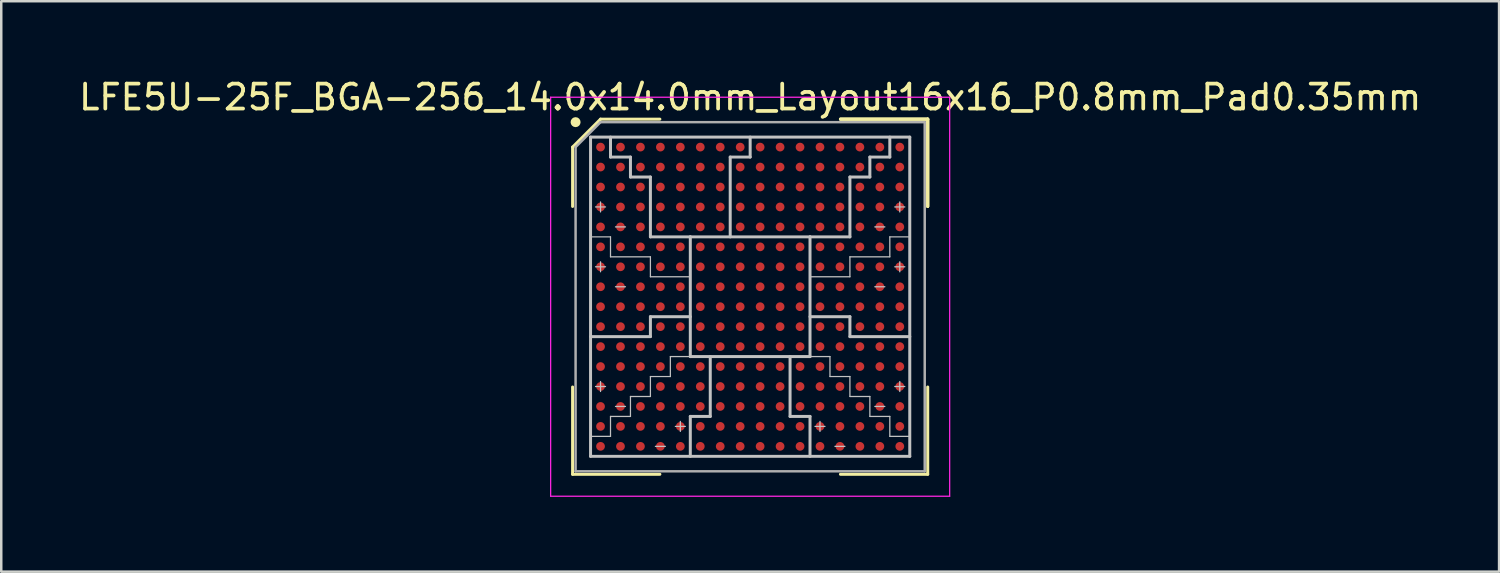
<source format=kicad_pcb>
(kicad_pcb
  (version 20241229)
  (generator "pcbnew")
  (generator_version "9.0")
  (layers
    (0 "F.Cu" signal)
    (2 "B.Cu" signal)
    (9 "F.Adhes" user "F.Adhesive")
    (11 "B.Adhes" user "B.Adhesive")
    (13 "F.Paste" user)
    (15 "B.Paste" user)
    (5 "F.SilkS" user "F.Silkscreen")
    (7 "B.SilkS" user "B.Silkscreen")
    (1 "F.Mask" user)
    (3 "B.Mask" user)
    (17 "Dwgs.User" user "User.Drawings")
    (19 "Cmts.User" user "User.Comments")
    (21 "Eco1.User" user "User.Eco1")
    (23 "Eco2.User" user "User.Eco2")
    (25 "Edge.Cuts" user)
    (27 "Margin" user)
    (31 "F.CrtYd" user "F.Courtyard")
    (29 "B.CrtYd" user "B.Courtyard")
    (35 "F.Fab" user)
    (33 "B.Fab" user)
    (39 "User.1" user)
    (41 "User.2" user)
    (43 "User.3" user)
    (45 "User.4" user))
  (footprint "LFE5U-25F_BGA-256_14.0x14.0mm_Layout16x16_P0.8mm_Pad0.35mm"
    (layer "F.Cu")
    (at 27.03 8.848)
    (property "Reference" "LFE5U-25F_BGA-256_14.0x14.0mm_Layout16x16_P0.8mm_Pad0.35mm" (at 0 -8 0) (layer "F.SilkS") (effects (font (size 1 1) (thickness 0.15))))
    (attr smd)
    (fp_line (start -7.12 -6) (end -7.12 -3.62) (stroke (width 0.12) (type solid)) (layer "F.SilkS"))
    (fp_line (start -7.12 7.12) (end -7.12 3.62) (stroke (width 0.12) (type solid)) (layer "F.SilkS"))
    (fp_line (start -6 -7.12) (end -7.12 -6) (stroke (width 0.12) (type solid)) (layer "F.SilkS"))
    (fp_line (start -3.62 -7.12) (end -6 -7.12) (stroke (width 0.12) (type solid)) (layer "F.SilkS"))
    (fp_line (start -3.62 7.12) (end -7.12 7.12) (stroke (width 0.12) (type solid)) (layer "F.SilkS"))
    (fp_line (start 3.62 -7.12) (end 7.12 -7.12) (stroke (width 0.12) (type solid)) (layer "F.SilkS"))
    (fp_line (start 3.62 -7.12) (end 7.12 -7.12) (stroke (width 0.12) (type solid)) (layer "F.SilkS"))
    (fp_line (start 3.62 -7.12) (end 7.12 -7.12) (stroke (width 0.12) (type solid)) (layer "F.SilkS"))
    (fp_line (start 3.62 7.12) (end 7.12 7.12) (stroke (width 0.12) (type solid)) (layer "F.SilkS"))
    (fp_line (start 7.12 -7.12) (end 7.12 -3.62) (stroke (width 0.12) (type solid)) (layer "F.SilkS"))
    (fp_line (start 7.12 -7.12) (end 7.12 -3.62) (stroke (width 0.12) (type solid)) (layer "F.SilkS"))
    (fp_line (start 7.12 -7.12) (end 7.12 -3.62) (stroke (width 0.12) (type solid)) (layer "F.SilkS"))
    (fp_line (start 7.12 7.12) (end 7.12 3.62) (stroke (width 0.12) (type solid)) (layer "F.SilkS"))
    (fp_circle (center -7 -7) (end -7 -6.9) (stroke (width 0.2) (type solid)) (fill no) (layer "F.SilkS"))
    (fp_line (start -6.4 -6.4) (end 6.4 -6.4) (stroke (width 0.12) (type solid)) (layer "Dwgs.User"))
    (fp_line (start -6.4 5.6) (end -5.6 5.6) (stroke (width 0.05) (type solid)) (layer "Dwgs.User"))
    (fp_line (start -6.4 6.4) (end -6.4 -6.4) (stroke (width 0.12) (type solid)) (layer "Dwgs.User"))
    (fp_line (start -6.2 -3.6) (end -5.8 -3.6) (stroke (width 0.05) (type solid)) (layer "Dwgs.User"))
    (fp_line (start -6.2 -1.2) (end -5.8 -1.2) (stroke (width 0.05) (type solid)) (layer "Dwgs.User"))
    (fp_line (start -6.2 3.6) (end -5.8 3.6) (stroke (width 0.05) (type solid)) (layer "Dwgs.User"))
    (fp_line (start -6 -3.8) (end -6 -3.4) (stroke (width 0.05) (type solid)) (layer "Dwgs.User"))
    (fp_line (start -6 -1.4) (end -6 -1) (stroke (width 0.05) (type solid)) (layer "Dwgs.User"))
    (fp_line (start -6 3.4) (end -6 3.8) (stroke (width 0.05) (type solid)) (layer "Dwgs.User"))
    (fp_line (start -5.6 -6.4) (end -5.6 -5.6) (stroke (width 0.12) (type solid)) (layer "Dwgs.User"))
    (fp_line (start -5.6 -5.6) (end -4.8 -5.6) (stroke (width 0.12) (type solid)) (layer "Dwgs.User"))
    (fp_line (start -5.6 -2.4) (end -6.4 -2.4) (stroke (width 0.05) (type solid)) (layer "Dwgs.User"))
    (fp_line (start -5.6 -1.6) (end -5.6 -2.4) (stroke (width 0.05) (type solid)) (layer "Dwgs.User"))
    (fp_line (start -5.6 4.8) (end -4.8 4.8) (stroke (width 0.05) (type solid)) (layer "Dwgs.User"))
    (fp_line (start -5.6 5.6) (end -5.6 4.8) (stroke (width 0.05) (type solid)) (layer "Dwgs.User"))
    (fp_line (start -5.4 -2.8) (end -5 -2.8) (stroke (width 0.05) (type solid)) (layer "Dwgs.User"))
    (fp_line (start -5.4 -0.4) (end -5 -0.4) (stroke (width 0.05) (type solid)) (layer "Dwgs.User"))
    (fp_line (start -5.4 4.4) (end -5 4.4) (stroke (width 0.05) (type solid)) (layer "Dwgs.User"))
    (fp_line (start -4.8 -5.6) (end -4.8 -4.8) (stroke (width 0.12) (type solid)) (layer "Dwgs.User"))
    (fp_line (start -4.8 -4.8) (end -4 -4.8) (stroke (width 0.12) (type solid)) (layer "Dwgs.User"))
    (fp_line (start -4.8 4) (end -4 4) (stroke (width 0.05) (type solid)) (layer "Dwgs.User"))
    (fp_line (start -4.8 4.8) (end -4.8 4) (stroke (width 0.05) (type solid)) (layer "Dwgs.User"))
    (fp_line (start -4 -4.8) (end -4 -2.4) (stroke (width 0.12) (type solid)) (layer "Dwgs.User"))
    (fp_line (start -4 -2.4) (end -2.4 -2.4) (stroke (width 0.12) (type solid)) (layer "Dwgs.User"))
    (fp_line (start -4 -1.6) (end -5.6 -1.6) (stroke (width 0.05) (type solid)) (layer "Dwgs.User"))
    (fp_line (start -4 -0.8) (end -4 -1.6) (stroke (width 0.05) (type solid)) (layer "Dwgs.User"))
    (fp_line (start -4 0.8) (end -4 1.6) (stroke (width 0.12) (type solid)) (layer "Dwgs.User"))
    (fp_line (start -4 1.6) (end -6.4 1.6) (stroke (width 0.12) (type solid)) (layer "Dwgs.User"))
    (fp_line (start -4 3.2) (end -3.2 3.2) (stroke (width 0.05) (type solid)) (layer "Dwgs.User"))
    (fp_line (start -4 4) (end -4 3.2) (stroke (width 0.05) (type solid)) (layer "Dwgs.User"))
    (fp_line (start -3.8 6) (end -3.4 6) (stroke (width 0.05) (type solid)) (layer "Dwgs.User"))
    (fp_line (start -3.2 2.4) (end -2.4 2.4) (stroke (width 0.05) (type solid)) (layer "Dwgs.User"))
    (fp_line (start -3.2 3.2) (end -3.2 2.4) (stroke (width 0.05) (type solid)) (layer "Dwgs.User"))
    (fp_line (start -3 5.2) (end -2.6 5.2) (stroke (width 0.05) (type solid)) (layer "Dwgs.User"))
    (fp_line (start -2.8 5) (end -2.8 5.4) (stroke (width 0.05) (type solid)) (layer "Dwgs.User"))
    (fp_line (start -2.4 -2.4) (end 2.4 -2.4) (stroke (width 0.12) (type solid)) (layer "Dwgs.User"))
    (fp_line (start -2.4 -0.8) (end -4 -0.8) (stroke (width 0.05) (type solid)) (layer "Dwgs.User"))
    (fp_line (start -2.4 0.8) (end -4 0.8) (stroke (width 0.12) (type solid)) (layer "Dwgs.User"))
    (fp_line (start -2.4 2.4) (end -2.4 -2.4) (stroke (width 0.12) (type solid)) (layer "Dwgs.User"))
    (fp_line (start -2.4 4.8) (end -2.4 6.4) (stroke (width 0.12) (type solid)) (layer "Dwgs.User"))
    (fp_line (start -1.6 2.4) (end -1.6 4.8) (stroke (width 0.12) (type solid)) (layer "Dwgs.User"))
    (fp_line (start -1.6 4.8) (end -2.4 4.8) (stroke (width 0.12) (type solid)) (layer "Dwgs.User"))
    (fp_line (start -0.8 -5.6) (end 0 -5.6) (stroke (width 0.12) (type solid)) (layer "Dwgs.User"))
    (fp_line (start -0.8 -2.4) (end -0.8 -5.6) (stroke (width 0.12) (type solid)) (layer "Dwgs.User"))
    (fp_line (start 0 -5.6) (end 0 -6.4) (stroke (width 0.12) (type solid)) (layer "Dwgs.User"))
    (fp_line (start 1.6 2.4) (end 1.6 4.8) (stroke (width 0.12) (type solid)) (layer "Dwgs.User"))
    (fp_line (start 1.6 4.8) (end 2.4 4.8) (stroke (width 0.12) (type solid)) (layer "Dwgs.User"))
    (fp_line (start 2.4 -2.4) (end 2.4 2.4) (stroke (width 0.12) (type solid)) (layer "Dwgs.User"))
    (fp_line (start 2.4 -2.4) (end 4 -2.4) (stroke (width 0.12) (type solid)) (layer "Dwgs.User"))
    (fp_line (start 2.4 -0.8) (end 4 -0.8) (stroke (width 0.05) (type solid)) (layer "Dwgs.User"))
    (fp_line (start 2.4 0.8) (end 4 0.8) (stroke (width 0.12) (type solid)) (layer "Dwgs.User"))
    (fp_line (start 2.4 2.4) (end -2.4 2.4) (stroke (width 0.12) (type solid)) (layer "Dwgs.User"))
    (fp_line (start 2.4 2.4) (end 3.2 2.4) (stroke (width 0.05) (type solid)) (layer "Dwgs.User"))
    (fp_line (start 2.4 4.8) (end 2.4 6.4) (stroke (width 0.12) (type solid)) (layer "Dwgs.User"))
    (fp_line (start 2.6 5.2) (end 3 5.2) (stroke (width 0.05) (type solid)) (layer "Dwgs.User"))
    (fp_line (start 2.8 5) (end 2.8 5.4) (stroke (width 0.05) (type solid)) (layer "Dwgs.User"))
    (fp_line (start 3.2 2.4) (end 3.2 3.2) (stroke (width 0.05) (type solid)) (layer "Dwgs.User"))
    (fp_line (start 3.2 3.2) (end 4 3.2) (stroke (width 0.05) (type solid)) (layer "Dwgs.User"))
    (fp_line (start 3.4 6) (end 3.8 6) (stroke (width 0.05) (type solid)) (layer "Dwgs.User"))
    (fp_line (start 4 -4.8) (end 4.8 -4.8) (stroke (width 0.12) (type solid)) (layer "Dwgs.User"))
    (fp_line (start 4 -2.4) (end 4 -4.8) (stroke (width 0.12) (type solid)) (layer "Dwgs.User"))
    (fp_line (start 4 -1.6) (end 5.6 -1.6) (stroke (width 0.05) (type solid)) (layer "Dwgs.User"))
    (fp_line (start 4 -0.8) (end 4 -1.6) (stroke (width 0.05) (type solid)) (layer "Dwgs.User"))
    (fp_line (start 4 0.8) (end 4 1.6) (stroke (width 0.12) (type solid)) (layer "Dwgs.User"))
    (fp_line (start 4 1.6) (end 6.4 1.6) (stroke (width 0.12) (type solid)) (layer "Dwgs.User"))
    (fp_line (start 4 3.2) (end 4 4) (stroke (width 0.05) (type solid)) (layer "Dwgs.User"))
    (fp_line (start 4 4) (end 4.8 4) (stroke (width 0.05) (type solid)) (layer "Dwgs.User"))
    (fp_line (start 4.8 -5.6) (end 5.6 -5.6) (stroke (width 0.12) (type solid)) (layer "Dwgs.User"))
    (fp_line (start 4.8 -4.8) (end 4.8 -5.6) (stroke (width 0.12) (type solid)) (layer "Dwgs.User"))
    (fp_line (start 4.8 4) (end 4.8 4.8) (stroke (width 0.05) (type solid)) (layer "Dwgs.User"))
    (fp_line (start 4.8 4.8) (end 5.6 4.8) (stroke (width 0.05) (type solid)) (layer "Dwgs.User"))
    (fp_line (start 5 -2.8) (end 5.4 -2.8) (stroke (width 0.05) (type solid)) (layer "Dwgs.User"))
    (fp_line (start 5 -0.4) (end 5.4 -0.4) (stroke (width 0.05) (type solid)) (layer "Dwgs.User"))
    (fp_line (start 5 4.4) (end 5.4 4.4) (stroke (width 0.05) (type solid)) (layer "Dwgs.User"))
    (fp_line (start 5.6 -5.6) (end 5.6 -6.4) (stroke (width 0.12) (type solid)) (layer "Dwgs.User"))
    (fp_line (start 5.6 -2.4) (end 6.4 -2.4) (stroke (width 0.05) (type solid)) (layer "Dwgs.User"))
    (fp_line (start 5.6 -1.6) (end 5.6 -2.4) (stroke (width 0.05) (type solid)) (layer "Dwgs.User"))
    (fp_line (start 5.6 4.8) (end 5.6 5.6) (stroke (width 0.05) (type solid)) (layer "Dwgs.User"))
    (fp_line (start 5.6 5.6) (end 6.4 5.6) (stroke (width 0.05) (type solid)) (layer "Dwgs.User"))
    (fp_line (start 5.8 -3.6) (end 6.2 -3.6) (stroke (width 0.05) (type solid)) (layer "Dwgs.User"))
    (fp_line (start 5.8 -1.2) (end 6.2 -1.2) (stroke (width 0.05) (type solid)) (layer "Dwgs.User"))
    (fp_line (start 5.8 3.6) (end 6.2 3.6) (stroke (width 0.05) (type solid)) (layer "Dwgs.User"))
    (fp_line (start 6 -3.8) (end 6 -3.4) (stroke (width 0.05) (type solid)) (layer "Dwgs.User"))
    (fp_line (start 6 -1.4) (end 6 -1) (stroke (width 0.05) (type solid)) (layer "Dwgs.User"))
    (fp_line (start 6 3.4) (end 6 3.8) (stroke (width 0.05) (type solid)) (layer "Dwgs.User"))
    (fp_line (start 6.4 -6.4) (end 6.4 6.4) (stroke (width 0.12) (type solid)) (layer "Dwgs.User"))
    (fp_line (start 6.4 6.4) (end -6.4 6.4) (stroke (width 0.12) (type solid)) (layer "Dwgs.User"))
    (fp_line (start -8 -8) (end 8 -8) (stroke (width 0.05) (type solid)) (layer "F.CrtYd"))
    (fp_line (start -8 8) (end -8 -8) (stroke (width 0.05) (type solid)) (layer "F.CrtYd"))
    (fp_line (start 8 -8) (end 8 8) (stroke (width 0.05) (type solid)) (layer "F.CrtYd"))
    (fp_line (start 8 8) (end -8 8) (stroke (width 0.05) (type solid)) (layer "F.CrtYd"))
    (fp_line (start -7 -6) (end -7 7) (stroke (width 0.1) (type solid)) (layer "F.Fab"))
    (fp_line (start -7 7) (end 7 7) (stroke (width 0.1) (type solid)) (layer "F.Fab"))
    (fp_line (start -6 -7) (end -7 -6) (stroke (width 0.1) (type solid)) (layer "F.Fab"))
    (fp_line (start 7 -7) (end -6 -7) (stroke (width 0.1) (type solid)) (layer "F.Fab"))
    (fp_line (start 7 7) (end 7 -7) (stroke (width 0.1) (type solid)) (layer "F.Fab"))
    (pad "A1" smd circle (at -6 -6) (size 0.35 0.35) (layers "F.Cu" "F.Mask" "F.Paste"))
    (pad "A2" smd circle (at -5.2 -6) (size 0.35 0.35) (layers "F.Cu" "F.Mask" "F.Paste"))
    (pad "A3" smd circle (at -4.4 -6) (size 0.35 0.35) (layers "F.Cu" "F.Mask" "F.Paste"))
    (pad "A4" smd circle (at -3.6 -6) (size 0.35 0.35) (layers "F.Cu" "F.Mask" "F.Paste"))
    (pad "A5" smd circle (at -2.8 -6) (size 0.35 0.35) (layers "F.Cu" "F.Mask" "F.Paste"))
    (pad "A6" smd circle (at -2 -6) (size 0.35 0.35) (layers "F.Cu" "F.Mask" "F.Paste"))
    (pad "A7" smd circle (at -1.2 -6) (size 0.35 0.35) (layers "F.Cu" "F.Mask" "F.Paste"))
    (pad "A8" smd circle (at -0.4 -6) (size 0.35 0.35) (layers "F.Cu" "F.Mask" "F.Paste"))
    (pad "A9" smd circle (at 0.4 -6) (size 0.35 0.35) (layers "F.Cu" "F.Mask" "F.Paste"))
    (pad "A10" smd circle (at 1.2 -6) (size 0.35 0.35) (layers "F.Cu" "F.Mask" "F.Paste"))
    (pad "A11" smd circle (at 2 -6) (size 0.35 0.35) (layers "F.Cu" "F.Mask" "F.Paste"))
    (pad "A12" smd circle (at 2.8 -6) (size 0.35 0.35) (layers "F.Cu" "F.Mask" "F.Paste"))
    (pad "A13" smd circle (at 3.6 -6) (size 0.35 0.35) (layers "F.Cu" "F.Mask" "F.Paste"))
    (pad "A14" smd circle (at 4.4 -6) (size 0.35 0.35) (layers "F.Cu" "F.Mask" "F.Paste"))
    (pad "A15" smd circle (at 5.2 -6) (size 0.35 0.35) (layers "F.Cu" "F.Mask" "F.Paste"))
    (pad "A16" smd circle (at 6 -6) (size 0.35 0.35) (layers "F.Cu" "F.Mask" "F.Paste"))
    (pad "B1" smd circle (at -6 -5.2) (size 0.35 0.35) (layers "F.Cu" "F.Mask" "F.Paste"))
    (pad "B2" smd circle (at -5.2 -5.2) (size 0.35 0.35) (layers "F.Cu" "F.Mask" "F.Paste"))
    (pad "B3" smd circle (at -4.4 -5.2) (size 0.35 0.35) (layers "F.Cu" "F.Mask" "F.Paste"))
    (pad "B4" smd circle (at -3.6 -5.2) (size 0.35 0.35) (layers "F.Cu" "F.Mask" "F.Paste"))
    (pad "B5" smd circle (at -2.8 -5.2) (size 0.35 0.35) (layers "F.Cu" "F.Mask" "F.Paste"))
    (pad "B6" smd circle (at -2 -5.2) (size 0.35 0.35) (layers "F.Cu" "F.Mask" "F.Paste"))
    (pad "B7" smd circle (at -1.2 -5.2) (size 0.35 0.35) (layers "F.Cu" "F.Mask" "F.Paste"))
    (pad "B8" smd circle (at -0.4 -5.2) (size 0.35 0.35) (layers "F.Cu" "F.Mask" "F.Paste"))
    (pad "B9" smd circle (at 0.4 -5.2) (size 0.35 0.35) (layers "F.Cu" "F.Mask" "F.Paste"))
    (pad "B10" smd circle (at 1.2 -5.2) (size 0.35 0.35) (layers "F.Cu" "F.Mask" "F.Paste"))
    (pad "B11" smd circle (at 2 -5.2) (size 0.35 0.35) (layers "F.Cu" "F.Mask" "F.Paste"))
    (pad "B12" smd circle (at 2.8 -5.2) (size 0.35 0.35) (layers "F.Cu" "F.Mask" "F.Paste"))
    (pad "B13" smd circle (at 3.6 -5.2) (size 0.35 0.35) (layers "F.Cu" "F.Mask" "F.Paste"))
    (pad "B14" smd circle (at 4.4 -5.2) (size 0.35 0.35) (layers "F.Cu" "F.Mask" "F.Paste"))
    (pad "B15" smd circle (at 5.2 -5.2) (size 0.35 0.35) (layers "F.Cu" "F.Mask" "F.Paste"))
    (pad "B16" smd circle (at 6 -5.2) (size 0.35 0.35) (layers "F.Cu" "F.Mask" "F.Paste"))
    (pad "C1" smd circle (at -6 -4.4) (size 0.35 0.35) (layers "F.Cu" "F.Mask" "F.Paste"))
    (pad "C2" smd circle (at -5.2 -4.4) (size 0.35 0.35) (layers "F.Cu" "F.Mask" "F.Paste"))
    (pad "C3" smd circle (at -4.4 -4.4) (size 0.35 0.35) (layers "F.Cu" "F.Mask" "F.Paste"))
    (pad "C4" smd circle (at -3.6 -4.4) (size 0.35 0.35) (layers "F.Cu" "F.Mask" "F.Paste"))
    (pad "C5" smd circle (at -2.8 -4.4) (size 0.35 0.35) (layers "F.Cu" "F.Mask" "F.Paste"))
    (pad "C6" smd circle (at -2 -4.4) (size 0.35 0.35) (layers "F.Cu" "F.Mask" "F.Paste"))
    (pad "C7" smd circle (at -1.2 -4.4) (size 0.35 0.35) (layers "F.Cu" "F.Mask" "F.Paste"))
    (pad "C8" smd circle (at -0.4 -4.4) (size 0.35 0.35) (layers "F.Cu" "F.Mask" "F.Paste"))
    (pad "C9" smd circle (at 0.4 -4.4) (size 0.35 0.35) (layers "F.Cu" "F.Mask" "F.Paste"))
    (pad "C10" smd circle (at 1.2 -4.4) (size 0.35 0.35) (layers "F.Cu" "F.Mask" "F.Paste"))
    (pad "C11" smd circle (at 2 -4.4) (size 0.35 0.35) (layers "F.Cu" "F.Mask" "F.Paste"))
    (pad "C12" smd circle (at 2.8 -4.4) (size 0.35 0.35) (layers "F.Cu" "F.Mask" "F.Paste"))
    (pad "C13" smd circle (at 3.6 -4.4) (size 0.35 0.35) (layers "F.Cu" "F.Mask" "F.Paste"))
    (pad "C14" smd circle (at 4.4 -4.4) (size 0.35 0.35) (layers "F.Cu" "F.Mask" "F.Paste"))
    (pad "C15" smd circle (at 5.2 -4.4) (size 0.35 0.35) (layers "F.Cu" "F.Mask" "F.Paste"))
    (pad "C16" smd circle (at 6 -4.4) (size 0.35 0.35) (layers "F.Cu" "F.Mask" "F.Paste"))
    (pad "D1" smd circle (at -6 -3.6) (size 0.35 0.35) (layers "F.Cu" "F.Mask" "F.Paste"))
    (pad "D2" smd circle (at -5.2 -3.6) (size 0.35 0.35) (layers "F.Cu" "F.Mask" "F.Paste"))
    (pad "D3" smd circle (at -4.4 -3.6) (size 0.35 0.35) (layers "F.Cu" "F.Mask" "F.Paste"))
    (pad "D4" smd circle (at -3.6 -3.6) (size 0.35 0.35) (layers "F.Cu" "F.Mask" "F.Paste"))
    (pad "D5" smd circle (at -2.8 -3.6) (size 0.35 0.35) (layers "F.Cu" "F.Mask" "F.Paste"))
    (pad "D6" smd circle (at -2 -3.6) (size 0.35 0.35) (layers "F.Cu" "F.Mask" "F.Paste"))
    (pad "D7" smd circle (at -1.2 -3.6) (size 0.35 0.35) (layers "F.Cu" "F.Mask" "F.Paste"))
    (pad "D8" smd circle (at -0.4 -3.6) (size 0.35 0.35) (layers "F.Cu" "F.Mask" "F.Paste"))
    (pad "D9" smd circle (at 0.4 -3.6) (size 0.35 0.35) (layers "F.Cu" "F.Mask" "F.Paste"))
    (pad "D10" smd circle (at 1.2 -3.6) (size 0.35 0.35) (layers "F.Cu" "F.Mask" "F.Paste"))
    (pad "D11" smd circle (at 2 -3.6) (size 0.35 0.35) (layers "F.Cu" "F.Mask" "F.Paste"))
    (pad "D12" smd circle (at 2.8 -3.6) (size 0.35 0.35) (layers "F.Cu" "F.Mask" "F.Paste"))
    (pad "D13" smd circle (at 3.6 -3.6) (size 0.35 0.35) (layers "F.Cu" "F.Mask" "F.Paste"))
    (pad "D14" smd circle (at 4.4 -3.6) (size 0.35 0.35) (layers "F.Cu" "F.Mask" "F.Paste"))
    (pad "D15" smd circle (at 5.2 -3.6) (size 0.35 0.35) (layers "F.Cu" "F.Mask" "F.Paste"))
    (pad "D16" smd circle (at 6 -3.6) (size 0.35 0.35) (layers "F.Cu" "F.Mask" "F.Paste"))
    (pad "E1" smd circle (at -6 -2.8) (size 0.35 0.35) (layers "F.Cu" "F.Mask" "F.Paste"))
    (pad "E2" smd circle (at -5.2 -2.8) (size 0.35 0.35) (layers "F.Cu" "F.Mask" "F.Paste"))
    (pad "E3" smd circle (at -4.4 -2.8) (size 0.35 0.35) (layers "F.Cu" "F.Mask" "F.Paste"))
    (pad "E4" smd circle (at -3.6 -2.8) (size 0.35 0.35) (layers "F.Cu" "F.Mask" "F.Paste"))
    (pad "E5" smd circle (at -2.8 -2.8) (size 0.35 0.35) (layers "F.Cu" "F.Mask" "F.Paste"))
    (pad "E6" smd circle (at -2 -2.8) (size 0.35 0.35) (layers "F.Cu" "F.Mask" "F.Paste"))
    (pad "E7" smd circle (at -1.2 -2.8) (size 0.35 0.35) (layers "F.Cu" "F.Mask" "F.Paste"))
    (pad "E8" smd circle (at -0.4 -2.8) (size 0.35 0.35) (layers "F.Cu" "F.Mask" "F.Paste"))
    (pad "E9" smd circle (at 0.4 -2.8) (size 0.35 0.35) (layers "F.Cu" "F.Mask" "F.Paste"))
    (pad "E10" smd circle (at 1.2 -2.8) (size 0.35 0.35) (layers "F.Cu" "F.Mask" "F.Paste"))
    (pad "E11" smd circle (at 2 -2.8) (size 0.35 0.35) (layers "F.Cu" "F.Mask" "F.Paste"))
    (pad "E12" smd circle (at 2.8 -2.8) (size 0.35 0.35) (layers "F.Cu" "F.Mask" "F.Paste"))
    (pad "E13" smd circle (at 3.6 -2.8) (size 0.35 0.35) (layers "F.Cu" "F.Mask" "F.Paste"))
    (pad "E14" smd circle (at 4.4 -2.8) (size 0.35 0.35) (layers "F.Cu" "F.Mask" "F.Paste"))
    (pad "E15" smd circle (at 5.2 -2.8) (size 0.35 0.35) (layers "F.Cu" "F.Mask" "F.Paste"))
    (pad "E16" smd circle (at 6 -2.8) (size 0.35 0.35) (layers "F.Cu" "F.Mask" "F.Paste"))
    (pad "F1" smd circle (at -6 -2) (size 0.35 0.35) (layers "F.Cu" "F.Mask" "F.Paste"))
    (pad "F2" smd circle (at -5.2 -2) (size 0.35 0.35) (layers "F.Cu" "F.Mask" "F.Paste"))
    (pad "F3" smd circle (at -4.4 -2) (size 0.35 0.35) (layers "F.Cu" "F.Mask" "F.Paste"))
    (pad "F4" smd circle (at -3.6 -2) (size 0.35 0.35) (layers "F.Cu" "F.Mask" "F.Paste"))
    (pad "F5" smd circle (at -2.8 -2) (size 0.35 0.35) (layers "F.Cu" "F.Mask" "F.Paste"))
    (pad "F6" smd circle (at -2 -2) (size 0.35 0.35) (layers "F.Cu" "F.Mask" "F.Paste"))
    (pad "F7" smd circle (at -1.2 -2) (size 0.35 0.35) (layers "F.Cu" "F.Mask" "F.Paste"))
    (pad "F8" smd circle (at -0.4 -2) (size 0.35 0.35) (layers "F.Cu" "F.Mask" "F.Paste"))
    (pad "F9" smd circle (at 0.4 -2) (size 0.35 0.35) (layers "F.Cu" "F.Mask" "F.Paste"))
    (pad "F10" smd circle (at 1.2 -2) (size 0.35 0.35) (layers "F.Cu" "F.Mask" "F.Paste"))
    (pad "F11" smd circle (at 2 -2) (size 0.35 0.35) (layers "F.Cu" "F.Mask" "F.Paste"))
    (pad "F12" smd circle (at 2.8 -2) (size 0.35 0.35) (layers "F.Cu" "F.Mask" "F.Paste"))
    (pad "F13" smd circle (at 3.6 -2) (size 0.35 0.35) (layers "F.Cu" "F.Mask" "F.Paste"))
    (pad "F14" smd circle (at 4.4 -2) (size 0.35 0.35) (layers "F.Cu" "F.Mask" "F.Paste"))
    (pad "F15" smd circle (at 5.2 -2) (size 0.35 0.35) (layers "F.Cu" "F.Mask" "F.Paste"))
    (pad "F16" smd circle (at 6 -2) (size 0.35 0.35) (layers "F.Cu" "F.Mask" "F.Paste"))
    (pad "G1" smd circle (at -6 -1.2) (size 0.35 0.35) (layers "F.Cu" "F.Mask" "F.Paste"))
    (pad "G2" smd circle (at -5.2 -1.2) (size 0.35 0.35) (layers "F.Cu" "F.Mask" "F.Paste"))
    (pad "G3" smd circle (at -4.4 -1.2) (size 0.35 0.35) (layers "F.Cu" "F.Mask" "F.Paste"))
    (pad "G4" smd circle (at -3.6 -1.2) (size 0.35 0.35) (layers "F.Cu" "F.Mask" "F.Paste"))
    (pad "G5" smd circle (at -2.8 -1.2) (size 0.35 0.35) (layers "F.Cu" "F.Mask" "F.Paste"))
    (pad "G6" smd circle (at -2 -1.2) (size 0.35 0.35) (layers "F.Cu" "F.Mask" "F.Paste"))
    (pad "G7" smd circle (at -1.2 -1.2) (size 0.35 0.35) (layers "F.Cu" "F.Mask" "F.Paste"))
    (pad "G8" smd circle (at -0.4 -1.2) (size 0.35 0.35) (layers "F.Cu" "F.Mask" "F.Paste"))
    (pad "G9" smd circle (at 0.4 -1.2) (size 0.35 0.35) (layers "F.Cu" "F.Mask" "F.Paste"))
    (pad "G10" smd circle (at 1.2 -1.2) (size 0.35 0.35) (layers "F.Cu" "F.Mask" "F.Paste"))
    (pad "G11" smd circle (at 2 -1.2) (size 0.35 0.35) (layers "F.Cu" "F.Mask" "F.Paste"))
    (pad "G12" smd circle (at 2.8 -1.2) (size 0.35 0.35) (layers "F.Cu" "F.Mask" "F.Paste"))
    (pad "G13" smd circle (at 3.6 -1.2) (size 0.35 0.35) (layers "F.Cu" "F.Mask" "F.Paste"))
    (pad "G14" smd circle (at 4.4 -1.2) (size 0.35 0.35) (layers "F.Cu" "F.Mask" "F.Paste"))
    (pad "G15" smd circle (at 5.2 -1.2) (size 0.35 0.35) (layers "F.Cu" "F.Mask" "F.Paste"))
    (pad "G16" smd circle (at 6 -1.2) (size 0.35 0.35) (layers "F.Cu" "F.Mask" "F.Paste"))
    (pad "H1" smd circle (at -6 -0.4) (size 0.35 0.35) (layers "F.Cu" "F.Mask" "F.Paste"))
    (pad "H2" smd circle (at -5.2 -0.4) (size 0.35 0.35) (layers "F.Cu" "F.Mask" "F.Paste"))
    (pad "H3" smd circle (at -4.4 -0.4) (size 0.35 0.35) (layers "F.Cu" "F.Mask" "F.Paste"))
    (pad "H4" smd circle (at -3.6 -0.4) (size 0.35 0.35) (layers "F.Cu" "F.Mask" "F.Paste"))
    (pad "H5" smd circle (at -2.8 -0.4) (size 0.35 0.35) (layers "F.Cu" "F.Mask" "F.Paste"))
    (pad "H6" smd circle (at -2 -0.4) (size 0.35 0.35) (layers "F.Cu" "F.Mask" "F.Paste"))
    (pad "H7" smd circle (at -1.2 -0.4) (size 0.35 0.35) (layers "F.Cu" "F.Mask" "F.Paste"))
    (pad "H8" smd circle (at -0.4 -0.4) (size 0.35 0.35) (layers "F.Cu" "F.Mask" "F.Paste"))
    (pad "H9" smd circle (at 0.4 -0.4) (size 0.35 0.35) (layers "F.Cu" "F.Mask" "F.Paste"))
    (pad "H10" smd circle (at 1.2 -0.4) (size 0.35 0.35) (layers "F.Cu" "F.Mask" "F.Paste"))
    (pad "H11" smd circle (at 2 -0.4) (size 0.35 0.35) (layers "F.Cu" "F.Mask" "F.Paste"))
    (pad "H12" smd circle (at 2.8 -0.4) (size 0.35 0.35) (layers "F.Cu" "F.Mask" "F.Paste"))
    (pad "H13" smd circle (at 3.6 -0.4) (size 0.35 0.35) (layers "F.Cu" "F.Mask" "F.Paste"))
    (pad "H14" smd circle (at 4.4 -0.4) (size 0.35 0.35) (layers "F.Cu" "F.Mask" "F.Paste"))
    (pad "H15" smd circle (at 5.2 -0.4) (size 0.35 0.35) (layers "F.Cu" "F.Mask" "F.Paste"))
    (pad "H16" smd circle (at 6 -0.4) (size 0.35 0.35) (layers "F.Cu" "F.Mask" "F.Paste"))
    (pad "J1" smd circle (at -6 0.4) (size 0.35 0.35) (layers "F.Cu" "F.Mask" "F.Paste"))
    (pad "J2" smd circle (at -5.2 0.4) (size 0.35 0.35) (layers "F.Cu" "F.Mask" "F.Paste"))
    (pad "J3" smd circle (at -4.4 0.4) (size 0.35 0.35) (layers "F.Cu" "F.Mask" "F.Paste"))
    (pad "J4" smd circle (at -3.6 0.4) (size 0.35 0.35) (layers "F.Cu" "F.Mask" "F.Paste"))
    (pad "J5" smd circle (at -2.8 0.4) (size 0.35 0.35) (layers "F.Cu" "F.Mask" "F.Paste"))
    (pad "J6" smd circle (at -2 0.4) (size 0.35 0.35) (layers "F.Cu" "F.Mask" "F.Paste"))
    (pad "J7" smd circle (at -1.2 0.4) (size 0.35 0.35) (layers "F.Cu" "F.Mask" "F.Paste"))
    (pad "J8" smd circle (at -0.4 0.4) (size 0.35 0.35) (layers "F.Cu" "F.Mask" "F.Paste"))
    (pad "J9" smd circle (at 0.4 0.4) (size 0.35 0.35) (layers "F.Cu" "F.Mask" "F.Paste"))
    (pad "J10" smd circle (at 1.2 0.4) (size 0.35 0.35) (layers "F.Cu" "F.Mask" "F.Paste"))
    (pad "J11" smd circle (at 2 0.4) (size 0.35 0.35) (layers "F.Cu" "F.Mask" "F.Paste"))
    (pad "J12" smd circle (at 2.8 0.4) (size 0.35 0.35) (layers "F.Cu" "F.Mask" "F.Paste"))
    (pad "J13" smd circle (at 3.6 0.4) (size 0.35 0.35) (layers "F.Cu" "F.Mask" "F.Paste"))
    (pad "J14" smd circle (at 4.4 0.4) (size 0.35 0.35) (layers "F.Cu" "F.Mask" "F.Paste"))
    (pad "J15" smd circle (at 5.2 0.4) (size 0.35 0.35) (layers "F.Cu" "F.Mask" "F.Paste"))
    (pad "J16" smd circle (at 6 0.4) (size 0.35 0.35) (layers "F.Cu" "F.Mask" "F.Paste"))
    (pad "K1" smd circle (at -6 1.2) (size 0.35 0.35) (layers "F.Cu" "F.Mask" "F.Paste"))
    (pad "K2" smd circle (at -5.2 1.2) (size 0.35 0.35) (layers "F.Cu" "F.Mask" "F.Paste"))
    (pad "K3" smd circle (at -4.4 1.2) (size 0.35 0.35) (layers "F.Cu" "F.Mask" "F.Paste"))
    (pad "K4" smd circle (at -3.6 1.2) (size 0.35 0.35) (layers "F.Cu" "F.Mask" "F.Paste"))
    (pad "K5" smd circle (at -2.8 1.2) (size 0.35 0.35) (layers "F.Cu" "F.Mask" "F.Paste"))
    (pad "K6" smd circle (at -2 1.2) (size 0.35 0.35) (layers "F.Cu" "F.Mask" "F.Paste"))
    (pad "K7" smd circle (at -1.2 1.2) (size 0.35 0.35) (layers "F.Cu" "F.Mask" "F.Paste"))
    (pad "K8" smd circle (at -0.4 1.2) (size 0.35 0.35) (layers "F.Cu" "F.Mask" "F.Paste"))
    (pad "K9" smd circle (at 0.4 1.2) (size 0.35 0.35) (layers "F.Cu" "F.Mask" "F.Paste"))
    (pad "K10" smd circle (at 1.2 1.2) (size 0.35 0.35) (layers "F.Cu" "F.Mask" "F.Paste"))
    (pad "K11" smd circle (at 2 1.2) (size 0.35 0.35) (layers "F.Cu" "F.Mask" "F.Paste"))
    (pad "K12" smd circle (at 2.8 1.2) (size 0.35 0.35) (layers "F.Cu" "F.Mask" "F.Paste"))
    (pad "K13" smd circle (at 3.6 1.2) (size 0.35 0.35) (layers "F.Cu" "F.Mask" "F.Paste"))
    (pad "K14" smd circle (at 4.4 1.2) (size 0.35 0.35) (layers "F.Cu" "F.Mask" "F.Paste"))
    (pad "K15" smd circle (at 5.2 1.2) (size 0.35 0.35) (layers "F.Cu" "F.Mask" "F.Paste"))
    (pad "K16" smd circle (at 6 1.2) (size 0.35 0.35) (layers "F.Cu" "F.Mask" "F.Paste"))
    (pad "L1" smd circle (at -6 2) (size 0.35 0.35) (layers "F.Cu" "F.Mask" "F.Paste"))
    (pad "L2" smd circle (at -5.2 2) (size 0.35 0.35) (layers "F.Cu" "F.Mask" "F.Paste"))
    (pad "L3" smd circle (at -4.4 2) (size 0.35 0.35) (layers "F.Cu" "F.Mask" "F.Paste"))
    (pad "L4" smd circle (at -3.6 2) (size 0.35 0.35) (layers "F.Cu" "F.Mask" "F.Paste"))
    (pad "L5" smd circle (at -2.8 2) (size 0.35 0.35) (layers "F.Cu" "F.Mask" "F.Paste"))
    (pad "L6" smd circle (at -2 2) (size 0.35 0.35) (layers "F.Cu" "F.Mask" "F.Paste"))
    (pad "L7" smd circle (at -1.2 2) (size 0.35 0.35) (layers "F.Cu" "F.Mask" "F.Paste"))
    (pad "L8" smd circle (at -0.4 2) (size 0.35 0.35) (layers "F.Cu" "F.Mask" "F.Paste"))
    (pad "L9" smd circle (at 0.4 2) (size 0.35 0.35) (layers "F.Cu" "F.Mask" "F.Paste"))
    (pad "L10" smd circle (at 1.2 2) (size 0.35 0.35) (layers "F.Cu" "F.Mask" "F.Paste"))
    (pad "L11" smd circle (at 2 2) (size 0.35 0.35) (layers "F.Cu" "F.Mask" "F.Paste"))
    (pad "L12" smd circle (at 2.8 2) (size 0.35 0.35) (layers "F.Cu" "F.Mask" "F.Paste"))
    (pad "L13" smd circle (at 3.6 2) (size 0.35 0.35) (layers "F.Cu" "F.Mask" "F.Paste"))
    (pad "L14" smd circle (at 4.4 2) (size 0.35 0.35) (layers "F.Cu" "F.Mask" "F.Paste"))
    (pad "L15" smd circle (at 5.2 2) (size 0.35 0.35) (layers "F.Cu" "F.Mask" "F.Paste"))
    (pad "L16" smd circle (at 6 2) (size 0.35 0.35) (layers "F.Cu" "F.Mask" "F.Paste"))
    (pad "M1" smd circle (at -6 2.8) (size 0.35 0.35) (layers "F.Cu" "F.Mask" "F.Paste"))
    (pad "M2" smd circle (at -5.2 2.8) (size 0.35 0.35) (layers "F.Cu" "F.Mask" "F.Paste"))
    (pad "M3" smd circle (at -4.4 2.8) (size 0.35 0.35) (layers "F.Cu" "F.Mask" "F.Paste"))
    (pad "M4" smd circle (at -3.6 2.8) (size 0.35 0.35) (layers "F.Cu" "F.Mask" "F.Paste"))
    (pad "M5" smd circle (at -2.8 2.8) (size 0.35 0.35) (layers "F.Cu" "F.Mask" "F.Paste"))
    (pad "M6" smd circle (at -2 2.8) (size 0.35 0.35) (layers "F.Cu" "F.Mask" "F.Paste"))
    (pad "M7" smd circle (at -1.2 2.8) (size 0.35 0.35) (layers "F.Cu" "F.Mask" "F.Paste"))
    (pad "M8" smd circle (at -0.4 2.8) (size 0.35 0.35) (layers "F.Cu" "F.Mask" "F.Paste"))
    (pad "M9" smd circle (at 0.4 2.8) (size 0.35 0.35) (layers "F.Cu" "F.Mask" "F.Paste"))
    (pad "M10" smd circle (at 1.2 2.8) (size 0.35 0.35) (layers "F.Cu" "F.Mask" "F.Paste"))
    (pad "M11" smd circle (at 2 2.8) (size 0.35 0.35) (layers "F.Cu" "F.Mask" "F.Paste"))
    (pad "M12" smd circle (at 2.8 2.8) (size 0.35 0.35) (layers "F.Cu" "F.Mask" "F.Paste"))
    (pad "M13" smd circle (at 3.6 2.8) (size 0.35 0.35) (layers "F.Cu" "F.Mask" "F.Paste"))
    (pad "M14" smd circle (at 4.4 2.8) (size 0.35 0.35) (layers "F.Cu" "F.Mask" "F.Paste"))
    (pad "M15" smd circle (at 5.2 2.8) (size 0.35 0.35) (layers "F.Cu" "F.Mask" "F.Paste"))
    (pad "M16" smd circle (at 6 2.8) (size 0.35 0.35) (layers "F.Cu" "F.Mask" "F.Paste"))
    (pad "N1" smd circle (at -6 3.6) (size 0.35 0.35) (layers "F.Cu" "F.Mask" "F.Paste"))
    (pad "N2" smd circle (at -5.2 3.6) (size 0.35 0.35) (layers "F.Cu" "F.Mask" "F.Paste"))
    (pad "N3" smd circle (at -4.4 3.6) (size 0.35 0.35) (layers "F.Cu" "F.Mask" "F.Paste"))
    (pad "N4" smd circle (at -3.6 3.6) (size 0.35 0.35) (layers "F.Cu" "F.Mask" "F.Paste"))
    (pad "N5" smd circle (at -2.8 3.6) (size 0.35 0.35) (layers "F.Cu" "F.Mask" "F.Paste"))
    (pad "N6" smd circle (at -2 3.6) (size 0.35 0.35) (layers "F.Cu" "F.Mask" "F.Paste"))
    (pad "N7" smd circle (at -1.2 3.6) (size 0.35 0.35) (layers "F.Cu" "F.Mask" "F.Paste"))
    (pad "N8" smd circle (at -0.4 3.6) (size 0.35 0.35) (layers "F.Cu" "F.Mask" "F.Paste"))
    (pad "N9" smd circle (at 0.4 3.6) (size 0.35 0.35) (layers "F.Cu" "F.Mask" "F.Paste"))
    (pad "N10" smd circle (at 1.2 3.6) (size 0.35 0.35) (layers "F.Cu" "F.Mask" "F.Paste"))
    (pad "N11" smd circle (at 2 3.6) (size 0.35 0.35) (layers "F.Cu" "F.Mask" "F.Paste"))
    (pad "N12" smd circle (at 2.8 3.6) (size 0.35 0.35) (layers "F.Cu" "F.Mask" "F.Paste"))
    (pad "N13" smd circle (at 3.6 3.6) (size 0.35 0.35) (layers "F.Cu" "F.Mask" "F.Paste"))
    (pad "N14" smd circle (at 4.4 3.6) (size 0.35 0.35) (layers "F.Cu" "F.Mask" "F.Paste"))
    (pad "N15" smd circle (at 5.2 3.6) (size 0.35 0.35) (layers "F.Cu" "F.Mask" "F.Paste"))
    (pad "N16" smd circle (at 6 3.6) (size 0.35 0.35) (layers "F.Cu" "F.Mask" "F.Paste"))
    (pad "P1" smd circle (at -6 4.4) (size 0.35 0.35) (layers "F.Cu" "F.Mask" "F.Paste"))
    (pad "P2" smd circle (at -5.2 4.4) (size 0.35 0.35) (layers "F.Cu" "F.Mask" "F.Paste"))
    (pad "P3" smd circle (at -4.4 4.4) (size 0.35 0.35) (layers "F.Cu" "F.Mask" "F.Paste"))
    (pad "P4" smd circle (at -3.6 4.4) (size 0.35 0.35) (layers "F.Cu" "F.Mask" "F.Paste"))
    (pad "P5" smd circle (at -2.8 4.4) (size 0.35 0.35) (layers "F.Cu" "F.Mask" "F.Paste"))
    (pad "P6" smd circle (at -2 4.4) (size 0.35 0.35) (layers "F.Cu" "F.Mask" "F.Paste"))
    (pad "P7" smd circle (at -1.2 4.4) (size 0.35 0.35) (layers "F.Cu" "F.Mask" "F.Paste"))
    (pad "P8" smd circle (at -0.4 4.4) (size 0.35 0.35) (layers "F.Cu" "F.Mask" "F.Paste"))
    (pad "P9" smd circle (at 0.4 4.4) (size 0.35 0.35) (layers "F.Cu" "F.Mask" "F.Paste"))
    (pad "P10" smd circle (at 1.2 4.4) (size 0.35 0.35) (layers "F.Cu" "F.Mask" "F.Paste"))
    (pad "P11" smd circle (at 2 4.4) (size 0.35 0.35) (layers "F.Cu" "F.Mask" "F.Paste"))
    (pad "P12" smd circle (at 2.8 4.4) (size 0.35 0.35) (layers "F.Cu" "F.Mask" "F.Paste"))
    (pad "P13" smd circle (at 3.6 4.4) (size 0.35 0.35) (layers "F.Cu" "F.Mask" "F.Paste"))
    (pad "P14" smd circle (at 4.4 4.4) (size 0.35 0.35) (layers "F.Cu" "F.Mask" "F.Paste"))
    (pad "P15" smd circle (at 5.2 4.4) (size 0.35 0.35) (layers "F.Cu" "F.Mask" "F.Paste"))
    (pad "P16" smd circle (at 6 4.4) (size 0.35 0.35) (layers "F.Cu" "F.Mask" "F.Paste"))
    (pad "R1" smd circle (at -6 5.2) (size 0.35 0.35) (layers "F.Cu" "F.Mask" "F.Paste"))
    (pad "R2" smd circle (at -5.2 5.2) (size 0.35 0.35) (layers "F.Cu" "F.Mask" "F.Paste"))
    (pad "R3" smd circle (at -4.4 5.2) (size 0.35 0.35) (layers "F.Cu" "F.Mask" "F.Paste"))
    (pad "R4" smd circle (at -3.6 5.2) (size 0.35 0.35) (layers "F.Cu" "F.Mask" "F.Paste"))
    (pad "R5" smd circle (at -2.8 5.2) (size 0.35 0.35) (layers "F.Cu" "F.Mask" "F.Paste"))
    (pad "R6" smd circle (at -2 5.2) (size 0.35 0.35) (layers "F.Cu" "F.Mask" "F.Paste"))
    (pad "R7" smd circle (at -1.2 5.2) (size 0.35 0.35) (layers "F.Cu" "F.Mask" "F.Paste"))
    (pad "R8" smd circle (at -0.4 5.2) (size 0.35 0.35) (layers "F.Cu" "F.Mask" "F.Paste"))
    (pad "R9" smd circle (at 0.4 5.2) (size 0.35 0.35) (layers "F.Cu" "F.Mask" "F.Paste"))
    (pad "R10" smd circle (at 1.2 5.2) (size 0.35 0.35) (layers "F.Cu" "F.Mask" "F.Paste"))
    (pad "R11" smd circle (at 2 5.2) (size 0.35 0.35) (layers "F.Cu" "F.Mask" "F.Paste"))
    (pad "R12" smd circle (at 2.8 5.2) (size 0.35 0.35) (layers "F.Cu" "F.Mask" "F.Paste"))
    (pad "R13" smd circle (at 3.6 5.2) (size 0.35 0.35) (layers "F.Cu" "F.Mask" "F.Paste"))
    (pad "R14" smd circle (at 4.4 5.2) (size 0.35 0.35) (layers "F.Cu" "F.Mask" "F.Paste"))
    (pad "R15" smd circle (at 5.2 5.2) (size 0.35 0.35) (layers "F.Cu" "F.Mask" "F.Paste"))
    (pad "R16" smd circle (at 6 5.2) (size 0.35 0.35) (layers "F.Cu" "F.Mask" "F.Paste"))
    (pad "T1" smd circle (at -6 6) (size 0.35 0.35) (layers "F.Cu" "F.Mask" "F.Paste"))
    (pad "T2" smd circle (at -5.2 6) (size 0.35 0.35) (layers "F.Cu" "F.Mask" "F.Paste"))
    (pad "T3" smd circle (at -4.4 6) (size 0.35 0.35) (layers "F.Cu" "F.Mask" "F.Paste"))
    (pad "T4" smd circle (at -3.6 6) (size 0.35 0.35) (layers "F.Cu" "F.Mask" "F.Paste"))
    (pad "T5" smd circle (at -2.8 6) (size 0.35 0.35) (layers "F.Cu" "F.Mask" "F.Paste"))
    (pad "T6" smd circle (at -2 6) (size 0.35 0.35) (layers "F.Cu" "F.Mask" "F.Paste"))
    (pad "T7" smd circle (at -1.2 6) (size 0.35 0.35) (layers "F.Cu" "F.Mask" "F.Paste"))
    (pad "T8" smd circle (at -0.4 6) (size 0.35 0.35) (layers "F.Cu" "F.Mask" "F.Paste"))
    (pad "T9" smd circle (at 0.4 6) (size 0.35 0.35) (layers "F.Cu" "F.Mask" "F.Paste"))
    (pad "T10" smd circle (at 1.2 6) (size 0.35 0.35) (layers "F.Cu" "F.Mask" "F.Paste"))
    (pad "T11" smd circle (at 2 6) (size 0.35 0.35) (layers "F.Cu" "F.Mask" "F.Paste"))
    (pad "T12" smd circle (at 2.8 6) (size 0.35 0.35) (layers "F.Cu" "F.Mask" "F.Paste"))
    (pad "T13" smd circle (at 3.6 6) (size 0.35 0.35) (layers "F.Cu" "F.Mask" "F.Paste"))
    (pad "T14" smd circle (at 4.4 6) (size 0.35 0.35) (layers "F.Cu" "F.Mask" "F.Paste"))
    (pad "T15" smd circle (at 5.2 6) (size 0.35 0.35) (layers "F.Cu" "F.Mask" "F.Paste"))
    (pad "T16" smd circle (at 6 6) (size 0.35 0.35) (layers "F.Cu" "F.Mask" "F.Paste")))
  (gr_rect
    (start -3 -3)
    (end 57.06 19.873)
    (stroke (width 0.1) (type default))
    (fill no)
    (layer "Edge.Cuts")))
</source>
